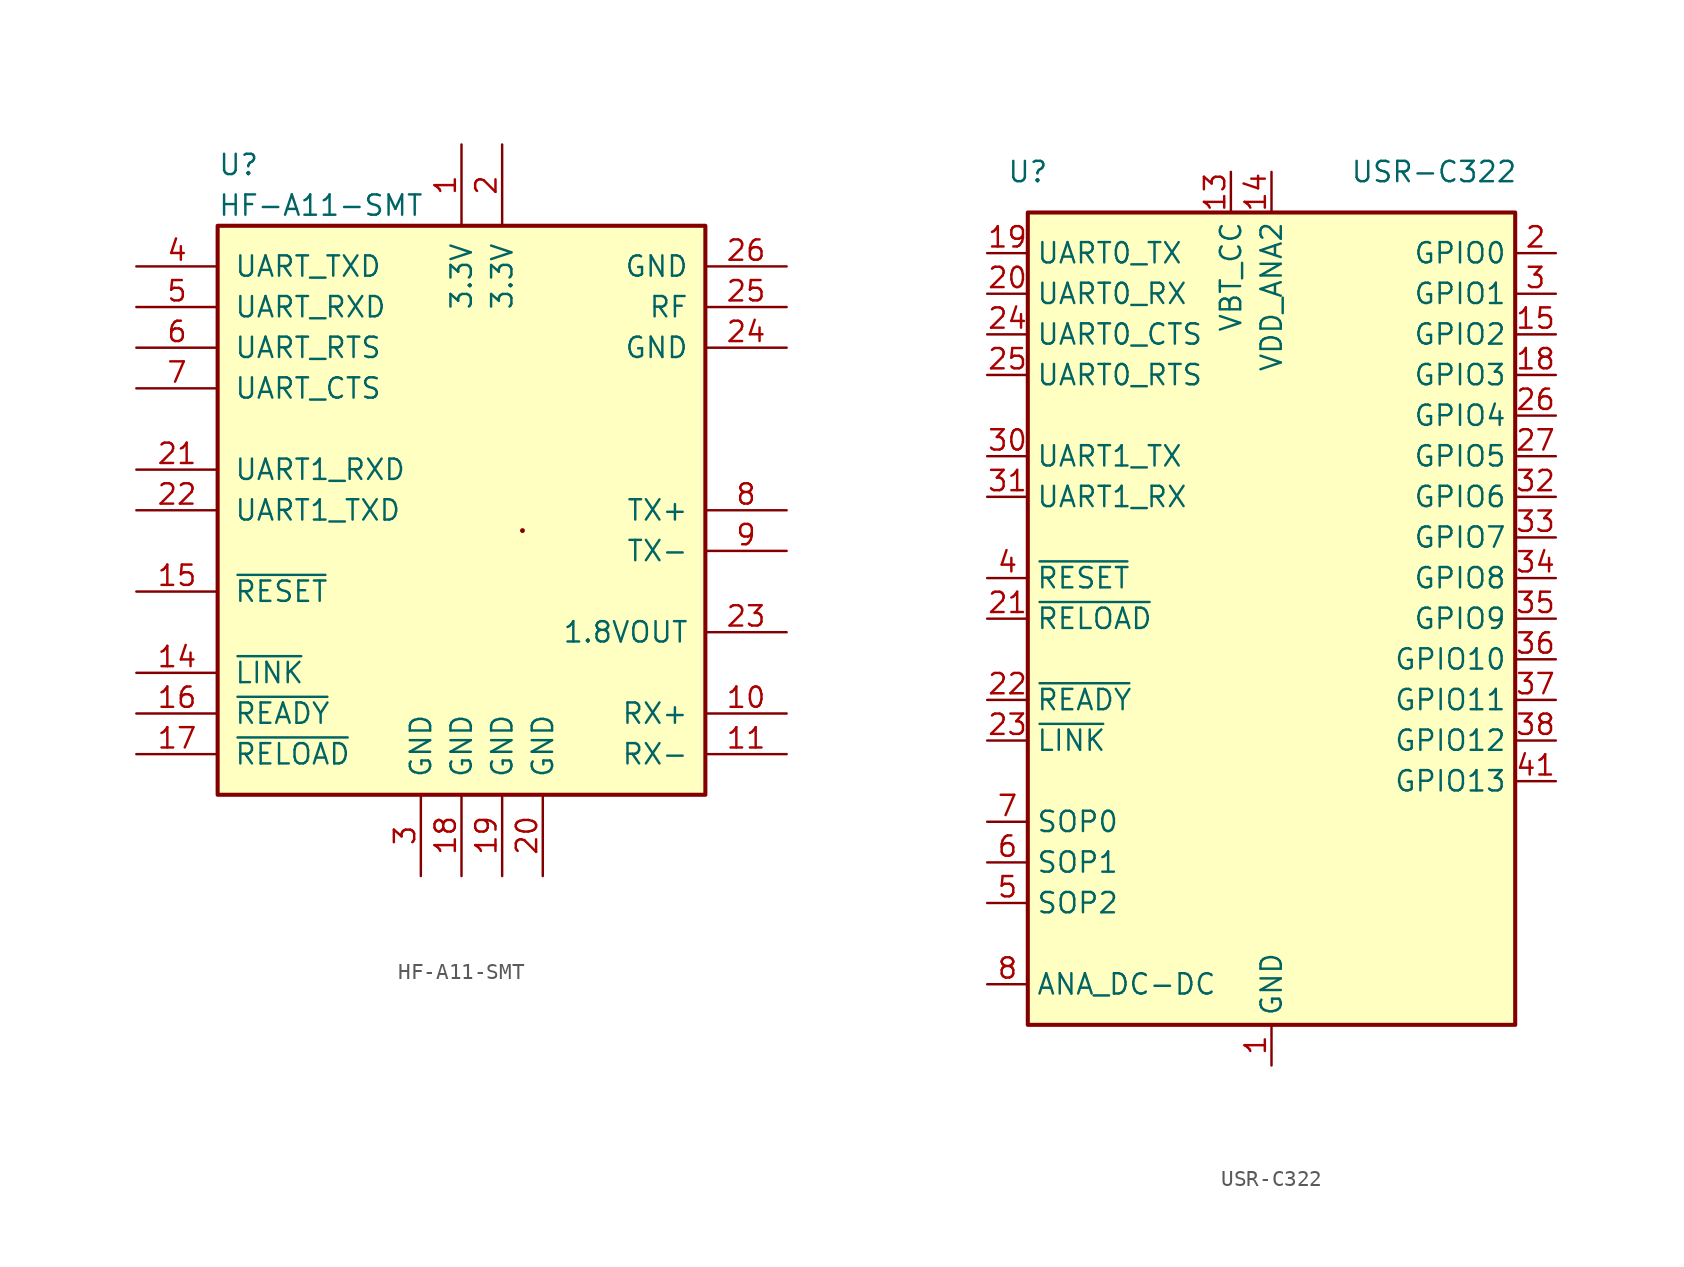
<source format=kicad_sym>
(kicad_symbol_lib
  (version 20201005)
  (generator kicad_symbol_editor)
  (symbol "RF_WiFi:HF-A11-SMT"
    (pin_names
      (offset 1.016))
    (property "Reference" "U"
      (at -15.24 21.59 0)
      (effects (font (size 1.27 1.27)) (justify left)))
    (property "Value" "HF-A11-SMT"
      (at -15.24 19.05 0)
      (effects (font (size 1.27 1.27)) (justify left)))
    (symbol "HF-A11-SMT_0_1"
      (circle (center 3.81 -1.27) (radius 0) (stroke (width 0)) (fill (type none)))
      (rectangle (start -15.24 17.78) (end 15.24 -17.78) (stroke (width 0.254)) (fill (type background))))
    (symbol "HF-A11-SMT_1_1"
      (pin power_in line (at 0 22.86 270) (length 5.08) (name "3.3V" (effects (font (size 1.27 1.27)))) (number "1" (effects (font (size 1.27 1.27)))))
      (pin passive line (at 20.32 -12.7 180) (length 5.08) (name "RX+" (effects (font (size 1.27 1.27)))) (number "10" (effects (font (size 1.27 1.27)))))
      (pin passive line (at 20.32 -15.24 180) (length 5.08) (name "RX-" (effects (font (size 1.27 1.27)))) (number "11" (effects (font (size 1.27 1.27)))))
      (pin output line (at -20.32 -10.16 0) (length 5.08) (name "~LINK~" (effects (font (size 1.27 1.27)))) (number "14" (effects (font (size 1.27 1.27)))))
      (pin input line (at -20.32 -5.08 0) (length 5.08) (name "~RESET~" (effects (font (size 1.27 1.27)))) (number "15" (effects (font (size 1.27 1.27)))))
      (pin output line (at -20.32 -12.7 0) (length 5.08) (name "~READY~" (effects (font (size 1.27 1.27)))) (number "16" (effects (font (size 1.27 1.27)))))
      (pin input line (at -20.32 -15.24 0) (length 5.08) (name "~RELOAD~" (effects (font (size 1.27 1.27)))) (number "17" (effects (font (size 1.27 1.27)))))
      (pin power_in line (at 0 -22.86 90) (length 5.08) (name "GND" (effects (font (size 1.27 1.27)))) (number "18" (effects (font (size 1.27 1.27)))))
      (pin power_in line (at 2.54 -22.86 90) (length 5.08) (name "GND" (effects (font (size 1.27 1.27)))) (number "19" (effects (font (size 1.27 1.27)))))
      (pin power_in line (at 2.54 22.86 270) (length 5.08) (name "3.3V" (effects (font (size 1.27 1.27)))) (number "2" (effects (font (size 1.27 1.27)))))
      (pin power_in line (at 5.08 -22.86 90) (length 5.08) (name "GND" (effects (font (size 1.27 1.27)))) (number "20" (effects (font (size 1.27 1.27)))))
      (pin input line (at -20.32 2.54 0) (length 5.08) (name "UART1_RXD" (effects (font (size 1.27 1.27)))) (number "21" (effects (font (size 1.27 1.27)))))
      (pin output line (at -20.32 0 0) (length 5.08) (name "UART1_TXD" (effects (font (size 1.27 1.27)))) (number "22" (effects (font (size 1.27 1.27)))))
      (pin power_out line (at 20.32 -7.62 180) (length 5.08) (name "1.8VOUT" (effects (font (size 1.27 1.27)))) (number "23" (effects (font (size 1.27 1.27)))))
      (pin power_in line (at 20.32 10.16 180) (length 5.08) (name "GND" (effects (font (size 1.27 1.27)))) (number "24" (effects (font (size 1.27 1.27)))))
      (pin passive line (at 20.32 12.7 180) (length 5.08) (name "RF" (effects (font (size 1.27 1.27)))) (number "25" (effects (font (size 1.27 1.27)))))
      (pin power_in line (at 20.32 15.24 180) (length 5.08) (name "GND" (effects (font (size 1.27 1.27)))) (number "26" (effects (font (size 1.27 1.27)))))
      (pin power_in line (at -2.54 -22.86 90) (length 5.08) (name "GND" (effects (font (size 1.27 1.27)))) (number "3" (effects (font (size 1.27 1.27)))))
      (pin output line (at -20.32 15.24 0) (length 5.08) (name "UART_TXD" (effects (font (size 1.27 1.27)))) (number "4" (effects (font (size 1.27 1.27)))))
      (pin input line (at -20.32 12.7 0) (length 5.08) (name "UART_RXD" (effects (font (size 1.27 1.27)))) (number "5" (effects (font (size 1.27 1.27)))))
      (pin output line (at -20.32 10.16 0) (length 5.08) (name "UART_RTS" (effects (font (size 1.27 1.27)))) (number "6" (effects (font (size 1.27 1.27)))))
      (pin input line (at -20.32 7.62 0) (length 5.08) (name "UART_CTS" (effects (font (size 1.27 1.27)))) (number "7" (effects (font (size 1.27 1.27)))))
      (pin passive line (at 20.32 0 180) (length 5.08) (name "TX+" (effects (font (size 1.27 1.27)))) (number "8" (effects (font (size 1.27 1.27)))))
      (pin passive line (at 20.32 -2.54 180) (length 5.08) (name "TX-" (effects (font (size 1.27 1.27)))) (number "9" (effects (font (size 1.27 1.27)))))))
  (symbol "RF_WiFi:USR-C322"
    (property "Reference" "U"
      (at -15.24 27.94 0)
      (effects (font (size 1.27 1.27))))
    (property "Value" "USR-C322"
      (at 10.16 27.94 0)
      (effects (font (size 1.27 1.27))))
    (symbol "USR-C322_1_1"
      (rectangle (start -15.24 25.4) (end 15.24 -25.4) (stroke (width 0.254)) (fill (type background)))
      (pin power_in line (at 0 -27.94 90) (length 2.54) (name "GND" (effects (font (size 1.27 1.27)))) (number "1" (effects (font (size 1.27 1.27)))))
      (pin no_connect line (at 15.24 -15.24 180) (length 2.54) hide (name "NC" (effects (font (size 1.27 1.27)))) (number "10" (effects (font (size 1.27 1.27)))))
      (pin passive line (at 0 -27.94 90) (length 2.54) hide (name "GND" (effects (font (size 1.27 1.27)))) (number "11" (effects (font (size 1.27 1.27)))))
      (pin passive line (at 0 -27.94 90) (length 2.54) hide (name "GND" (effects (font (size 1.27 1.27)))) (number "12" (effects (font (size 1.27 1.27)))))
      (pin power_in line (at -2.54 27.94 270) (length 2.54) (name "VBT_CC" (effects (font (size 1.27 1.27)))) (number "13" (effects (font (size 1.27 1.27)))))
      (pin power_in line (at 0 27.94 270) (length 2.54) (name "VDD_ANA2" (effects (font (size 1.27 1.27)))) (number "14" (effects (font (size 1.27 1.27)))))
      (pin bidirectional line (at 17.78 17.78 180) (length 2.54) (name "GPIO2" (effects (font (size 1.27 1.27)))) (number "15" (effects (font (size 1.27 1.27)))))
      (pin no_connect line (at 15.24 -17.78 180) (length 2.54) hide (name "NC" (effects (font (size 1.27 1.27)))) (number "16" (effects (font (size 1.27 1.27)))))
      (pin passive line (at 0 -27.94 90) (length 2.54) hide (name "GND" (effects (font (size 1.27 1.27)))) (number "17" (effects (font (size 1.27 1.27)))))
      (pin bidirectional line (at 17.78 15.24 180) (length 2.54) (name "GPIO3" (effects (font (size 1.27 1.27)))) (number "18" (effects (font (size 1.27 1.27)))))
      (pin output line (at -17.78 22.86 0) (length 2.54) (name "UART0_TX" (effects (font (size 1.27 1.27)))) (number "19" (effects (font (size 1.27 1.27)))))
      (pin bidirectional line (at 17.78 22.86 180) (length 2.54) (name "GPIO0" (effects (font (size 1.27 1.27)))) (number "2" (effects (font (size 1.27 1.27)))))
      (pin input line (at -17.78 20.32 0) (length 2.54) (name "UART0_RX" (effects (font (size 1.27 1.27)))) (number "20" (effects (font (size 1.27 1.27)))))
      (pin input line (at -17.78 0 0) (length 2.54) (name "~RELOAD" (effects (font (size 1.27 1.27)))) (number "21" (effects (font (size 1.27 1.27)))))
      (pin open_collector line (at -17.78 -5.08 0) (length 2.54) (name "~READY" (effects (font (size 1.27 1.27)))) (number "22" (effects (font (size 1.27 1.27)))))
      (pin open_collector line (at -17.78 -7.62 0) (length 2.54) (name "~LINK" (effects (font (size 1.27 1.27)))) (number "23" (effects (font (size 1.27 1.27)))))
      (pin input line (at -17.78 17.78 0) (length 2.54) (name "UART0_CTS" (effects (font (size 1.27 1.27)))) (number "24" (effects (font (size 1.27 1.27)))))
      (pin output line (at -17.78 15.24 0) (length 2.54) (name "UART0_RTS" (effects (font (size 1.27 1.27)))) (number "25" (effects (font (size 1.27 1.27)))))
      (pin bidirectional line (at 17.78 12.7 180) (length 2.54) (name "GPIO4" (effects (font (size 1.27 1.27)))) (number "26" (effects (font (size 1.27 1.27)))))
      (pin bidirectional line (at 17.78 10.16 180) (length 2.54) (name "GPIO5" (effects (font (size 1.27 1.27)))) (number "27" (effects (font (size 1.27 1.27)))))
      (pin passive line (at 0 -27.94 90) (length 2.54) hide (name "GND" (effects (font (size 1.27 1.27)))) (number "28" (effects (font (size 1.27 1.27)))))
      (pin passive line (at 0 -27.94 90) (length 2.54) hide (name "GND" (effects (font (size 1.27 1.27)))) (number "29" (effects (font (size 1.27 1.27)))))
      (pin bidirectional line (at 17.78 20.32 180) (length 2.54) (name "GPIO1" (effects (font (size 1.27 1.27)))) (number "3" (effects (font (size 1.27 1.27)))))
      (pin output line (at -17.78 10.16 0) (length 2.54) (name "UART1_TX" (effects (font (size 1.27 1.27)))) (number "30" (effects (font (size 1.27 1.27)))))
      (pin input line (at -17.78 7.62 0) (length 2.54) (name "UART1_RX" (effects (font (size 1.27 1.27)))) (number "31" (effects (font (size 1.27 1.27)))))
      (pin bidirectional line (at 17.78 7.62 180) (length 2.54) (name "GPIO6" (effects (font (size 1.27 1.27)))) (number "32" (effects (font (size 1.27 1.27)))))
      (pin bidirectional line (at 17.78 5.08 180) (length 2.54) (name "GPIO7" (effects (font (size 1.27 1.27)))) (number "33" (effects (font (size 1.27 1.27)))))
      (pin bidirectional line (at 17.78 2.54 180) (length 2.54) (name "GPIO8" (effects (font (size 1.27 1.27)))) (number "34" (effects (font (size 1.27 1.27)))))
      (pin bidirectional line (at 17.78 0 180) (length 2.54) (name "GPIO9" (effects (font (size 1.27 1.27)))) (number "35" (effects (font (size 1.27 1.27)))))
      (pin bidirectional line (at 17.78 -2.54 180) (length 2.54) (name "GPIO10" (effects (font (size 1.27 1.27)))) (number "36" (effects (font (size 1.27 1.27)))))
      (pin bidirectional line (at 17.78 -5.08 180) (length 2.54) (name "GPIO11" (effects (font (size 1.27 1.27)))) (number "37" (effects (font (size 1.27 1.27)))))
      (pin bidirectional line (at 17.78 -7.62 180) (length 2.54) (name "GPIO12" (effects (font (size 1.27 1.27)))) (number "38" (effects (font (size 1.27 1.27)))))
      (pin no_connect line (at 15.24 -20.32 180) (length 2.54) hide (name "NC" (effects (font (size 1.27 1.27)))) (number "39" (effects (font (size 1.27 1.27)))))
      (pin input line (at -17.78 2.54 0) (length 2.54) (name "~RESET" (effects (font (size 1.27 1.27)))) (number "4" (effects (font (size 1.27 1.27)))))
      (pin no_connect line (at 15.24 -22.86 180) (length 2.54) hide (name "NC" (effects (font (size 1.27 1.27)))) (number "40" (effects (font (size 1.27 1.27)))))
      (pin bidirectional line (at 17.78 -10.16 180) (length 2.54) (name "GPIO13" (effects (font (size 1.27 1.27)))) (number "41" (effects (font (size 1.27 1.27)))))
      (pin no_connect line (at 7.62 -25.4 90) (length 2.54) hide (name "NC" (effects (font (size 1.27 1.27)))) (number "42" (effects (font (size 1.27 1.27)))))
      (pin no_connect line (at 5.08 -25.4 90) (length 2.54) hide (name "NC" (effects (font (size 1.27 1.27)))) (number "43" (effects (font (size 1.27 1.27)))))
      (pin passive line (at 0 -27.94 90) (length 2.54) hide (name "GND" (effects (font (size 1.27 1.27)))) (number "44" (effects (font (size 1.27 1.27)))))
      (pin passive line (at -17.78 -17.78 0) (length 2.54) (name "SOP2" (effects (font (size 1.27 1.27)))) (number "5" (effects (font (size 1.27 1.27)))))
      (pin passive line (at -17.78 -15.24 0) (length 2.54) (name "SOP1" (effects (font (size 1.27 1.27)))) (number "6" (effects (font (size 1.27 1.27)))))
      (pin passive line (at -17.78 -12.7 0) (length 2.54) (name "SOP0" (effects (font (size 1.27 1.27)))) (number "7" (effects (font (size 1.27 1.27)))))
      (pin passive line (at -17.78 -22.86 0) (length 2.54) (name "ANA_DC-DC" (effects (font (size 1.27 1.27)))) (number "8" (effects (font (size 1.27 1.27)))))
      (pin no_connect line (at 15.24 -12.7 180) (length 2.54) hide (name "NC" (effects (font (size 1.27 1.27)))) (number "9" (effects (font (size 1.27 1.27))))))))
</source>
